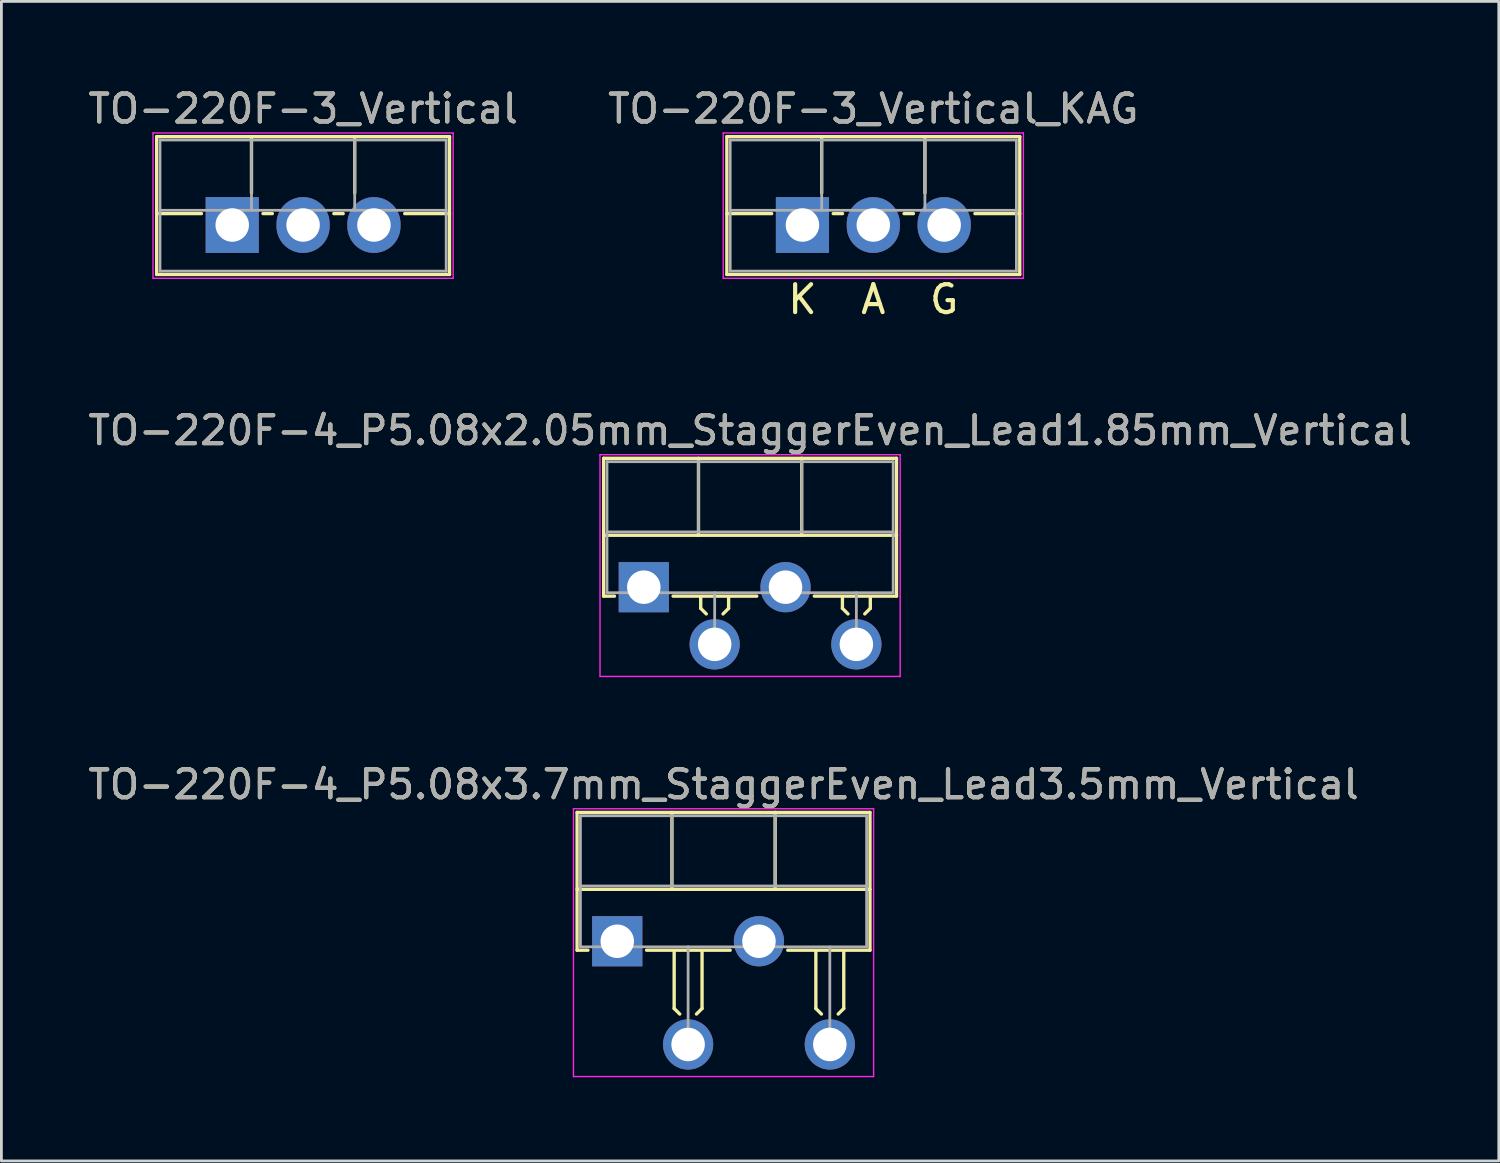
<source format=kicad_pcb>
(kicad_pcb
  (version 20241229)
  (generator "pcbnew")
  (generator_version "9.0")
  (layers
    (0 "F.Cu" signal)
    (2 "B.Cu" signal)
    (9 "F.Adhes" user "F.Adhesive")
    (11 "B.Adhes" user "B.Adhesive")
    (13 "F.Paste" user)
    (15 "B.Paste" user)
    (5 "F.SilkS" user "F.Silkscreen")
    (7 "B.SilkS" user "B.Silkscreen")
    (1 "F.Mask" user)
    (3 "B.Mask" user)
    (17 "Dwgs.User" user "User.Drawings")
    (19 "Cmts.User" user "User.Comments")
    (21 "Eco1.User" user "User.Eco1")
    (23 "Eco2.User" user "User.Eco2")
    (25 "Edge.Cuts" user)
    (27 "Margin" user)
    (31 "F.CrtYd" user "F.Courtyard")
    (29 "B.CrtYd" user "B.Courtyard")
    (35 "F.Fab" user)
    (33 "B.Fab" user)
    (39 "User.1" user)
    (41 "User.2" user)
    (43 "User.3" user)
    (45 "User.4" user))
  (footprint "TO-220F-3_Vertical"
    (layer "F.Cu")
    (at 5.275 5.016)
    (property "Reference" "TO-220F-3_Vertical" (at 2.54 -4.168 0) (layer "F.SilkS") (effects (font (size 1 1) (thickness 0.15))))
    (attr through_hole)
    (fp_line (start -2.71 -3.168) (end -2.71 1.773) (stroke (width 0.12) (type solid)) (layer "F.SilkS"))
    (fp_line (start -2.71 -3.168) (end 7.79 -3.168) (stroke (width 0.12) (type solid)) (layer "F.SilkS"))
    (fp_line (start -2.71 -0.408) (end -1.103 -0.408) (stroke (width 0.12) (type solid)) (layer "F.SilkS"))
    (fp_line (start -2.71 1.773) (end 7.79 1.773) (stroke (width 0.12) (type solid)) (layer "F.SilkS"))
    (fp_line (start 0.69 -3.168) (end 0.69 -1.15) (stroke (width 0.12) (type solid)) (layer "F.SilkS"))
    (fp_line (start 1.103 -0.408) (end 1.438 -0.408) (stroke (width 0.12) (type solid)) (layer "F.SilkS"))
    (fp_line (start 3.643 -0.408) (end 3.978 -0.408) (stroke (width 0.12) (type solid)) (layer "F.SilkS"))
    (fp_line (start 4.391 -3.168) (end 4.391 -1.15) (stroke (width 0.12) (type solid)) (layer "F.SilkS"))
    (fp_line (start 6.183 -0.408) (end 7.79 -0.408) (stroke (width 0.12) (type solid)) (layer "F.SilkS"))
    (fp_line (start 7.79 -3.168) (end 7.79 1.773) (stroke (width 0.12) (type solid)) (layer "F.SilkS"))
    (fp_line (start -2.84 -3.3) (end -2.84 1.91) (stroke (width 0.05) (type solid)) (layer "F.CrtYd"))
    (fp_line (start -2.84 1.91) (end 7.92 1.91) (stroke (width 0.05) (type solid)) (layer "F.CrtYd"))
    (fp_line (start 7.92 -3.3) (end -2.84 -3.3) (stroke (width 0.05) (type solid)) (layer "F.CrtYd"))
    (fp_line (start 7.92 1.91) (end 7.92 -3.3) (stroke (width 0.05) (type solid)) (layer "F.CrtYd"))
    (fp_line (start -2.59 -3.047) (end -2.59 1.653) (stroke (width 0.1) (type solid)) (layer "F.Fab"))
    (fp_line (start -2.59 -0.527) (end 7.67 -0.527) (stroke (width 0.1) (type solid)) (layer "F.Fab"))
    (fp_line (start -2.59 1.653) (end 7.67 1.653) (stroke (width 0.1) (type solid)) (layer "F.Fab"))
    (fp_line (start 0.69 -3.047) (end 0.69 -0.527) (stroke (width 0.1) (type solid)) (layer "F.Fab"))
    (fp_line (start 4.39 -3.047) (end 4.39 -0.527) (stroke (width 0.1) (type solid)) (layer "F.Fab"))
    (fp_line (start 7.67 -3.047) (end -2.59 -3.047) (stroke (width 0.1) (type solid)) (layer "F.Fab"))
    (fp_line (start 7.67 1.653) (end 7.67 -3.047) (stroke (width 0.1) (type solid)) (layer "F.Fab"))
    (fp_text user "${REFERENCE}" (at 2.54 -4.168 0) (layer "F.Fab") (effects (font (size 1 1) (thickness 0.15))))
    (pad "1" thru_hole rect (at 0 0) (size 1.905 2) (drill 1.2) (layers "*.Cu" "*.Mask"))
    (pad "2" thru_hole oval (at 2.54 0) (size 1.905 2) (drill 1.2) (layers "*.Cu" "*.Mask"))
    (pad "3" thru_hole oval (at 5.08 0) (size 1.905 2) (drill 1.2) (layers "*.Cu" "*.Mask")))
  (footprint "TO-220F-4_P5.08x3.7mm_StaggerEven_Lead3.5mm_Vertical"
    (layer "F.Cu")
    (at 19.077 30.692)
    (property "Reference" "TO-220F-4_P5.08x3.7mm_StaggerEven_Lead3.5mm_Vertical" (at 3.81 -5.62 0) (layer "F.SilkS") (effects (font (size 1 1) (thickness 0.15))))
    (attr through_hole)
    (fp_line (start -1.44 -4.62) (end -1.44 0.321) (stroke (width 0.12) (type solid)) (layer "F.SilkS"))
    (fp_line (start -1.44 -4.62) (end 9.06 -4.62) (stroke (width 0.12) (type solid)) (layer "F.SilkS"))
    (fp_line (start -1.44 -1.861) (end 9.06 -1.861) (stroke (width 0.12) (type solid)) (layer "F.SilkS"))
    (fp_line (start -1.44 0.321) (end -1.05 0.321) (stroke (width 0.12) (type solid)) (layer "F.SilkS"))
    (fp_line (start 1.05 0.321) (end 4.049 0.321) (stroke (width 0.12) (type solid)) (layer "F.SilkS"))
    (fp_line (start 1.96 -4.62) (end 1.96 -1.861) (stroke (width 0.12) (type solid)) (layer "F.SilkS"))
    (fp_line (start 2.04 0.381) (end 2.04 2.41) (stroke (width 0.12) (type solid)) (layer "F.SilkS"))
    (fp_line (start 2.04 2.41) (end 2.24 2.61) (stroke (width 0.12) (type solid)) (layer "F.SilkS"))
    (fp_line (start 3.04 0.381) (end 3.04 2.41) (stroke (width 0.12) (type solid)) (layer "F.SilkS"))
    (fp_line (start 3.04 2.41) (end 2.84 2.61) (stroke (width 0.12) (type solid)) (layer "F.SilkS"))
    (fp_line (start 5.66 -4.62) (end 5.66 -1.861) (stroke (width 0.12) (type solid)) (layer "F.SilkS"))
    (fp_line (start 6.112 0.321) (end 9.06 0.321) (stroke (width 0.12) (type solid)) (layer "F.SilkS"))
    (fp_line (start 7.12 0.381) (end 7.12 2.41) (stroke (width 0.12) (type solid)) (layer "F.SilkS"))
    (fp_line (start 7.12 2.41) (end 7.32 2.61) (stroke (width 0.12) (type solid)) (layer "F.SilkS"))
    (fp_line (start 8.12 0.381) (end 8.12 2.41) (stroke (width 0.12) (type solid)) (layer "F.SilkS"))
    (fp_line (start 8.12 2.41) (end 7.92 2.61) (stroke (width 0.12) (type solid)) (layer "F.SilkS"))
    (fp_line (start 9.06 -4.62) (end 9.06 0.321) (stroke (width 0.12) (type solid)) (layer "F.SilkS"))
    (fp_line (start -1.57 -4.75) (end -1.57 4.85) (stroke (width 0.05) (type solid)) (layer "F.CrtYd"))
    (fp_line (start -1.57 4.85) (end 9.19 4.85) (stroke (width 0.05) (type solid)) (layer "F.CrtYd"))
    (fp_line (start 9.19 -4.75) (end -1.57 -4.75) (stroke (width 0.05) (type solid)) (layer "F.CrtYd"))
    (fp_line (start 9.19 4.85) (end 9.19 -4.75) (stroke (width 0.05) (type solid)) (layer "F.CrtYd"))
    (fp_line (start -1.32 -4.5) (end -1.32 0.2) (stroke (width 0.1) (type solid)) (layer "F.Fab"))
    (fp_line (start -1.32 -1.98) (end 8.94 -1.98) (stroke (width 0.1) (type solid)) (layer "F.Fab"))
    (fp_line (start -1.32 0.2) (end 8.94 0.2) (stroke (width 0.1) (type solid)) (layer "F.Fab"))
    (fp_line (start 1.96 -4.5) (end 1.96 -1.98) (stroke (width 0.1) (type solid)) (layer "F.Fab"))
    (fp_line (start 2.54 0.2) (end 2.54 3.7) (stroke (width 0.1) (type solid)) (layer "F.Fab"))
    (fp_line (start 5.66 -4.5) (end 5.66 -1.98) (stroke (width 0.1) (type solid)) (layer "F.Fab"))
    (fp_line (start 7.62 0.2) (end 7.62 3.7) (stroke (width 0.1) (type solid)) (layer "F.Fab"))
    (fp_line (start 8.94 -4.5) (end -1.32 -4.5) (stroke (width 0.1) (type solid)) (layer "F.Fab"))
    (fp_line (start 8.94 0.2) (end 8.94 -4.5) (stroke (width 0.1) (type solid)) (layer "F.Fab"))
    (fp_text user "${REFERENCE}" (at 3.81 -5.62 0) (layer "F.Fab") (effects (font (size 1 1) (thickness 0.15))))
    (pad "1" thru_hole rect (at 0 0) (size 1.8 1.8) (drill 1.2) (layers "*.Cu" "*.Mask"))
    (pad "2" thru_hole oval (at 2.54 3.7) (size 1.8 1.8) (drill 1.2) (layers "*.Cu" "*.Mask"))
    (pad "3" thru_hole oval (at 5.08 0) (size 1.8 1.8) (drill 1.2) (layers "*.Cu" "*.Mask"))
    (pad "4" thru_hole oval (at 7.62 3.7) (size 1.8 1.8) (drill 1.2) (layers "*.Cu" "*.Mask")))
  (footprint "TO-220F-3_Vertical_KAG"
    (layer "F.Cu")
    (at 25.716 5.016)
    (property "Reference" "TO-220F-3_Vertical_KAG" (at 2.54 -4.168 0) (layer "F.SilkS") (effects (font (size 1 1) (thickness 0.15))))
    (attr through_hole)
    (fp_line (start -2.71 -3.168) (end -2.71 1.773) (stroke (width 0.12) (type solid)) (layer "F.SilkS"))
    (fp_line (start -2.71 -3.168) (end 7.79 -3.168) (stroke (width 0.12) (type solid)) (layer "F.SilkS"))
    (fp_line (start -2.71 -0.408) (end -1.103 -0.408) (stroke (width 0.12) (type solid)) (layer "F.SilkS"))
    (fp_line (start -2.71 1.773) (end 7.79 1.773) (stroke (width 0.12) (type solid)) (layer "F.SilkS"))
    (fp_line (start 0.69 -3.168) (end 0.69 -1.15) (stroke (width 0.12) (type solid)) (layer "F.SilkS"))
    (fp_line (start 1.103 -0.408) (end 1.438 -0.408) (stroke (width 0.12) (type solid)) (layer "F.SilkS"))
    (fp_line (start 3.643 -0.408) (end 3.978 -0.408) (stroke (width 0.12) (type solid)) (layer "F.SilkS"))
    (fp_line (start 4.391 -3.168) (end 4.391 -1.15) (stroke (width 0.12) (type solid)) (layer "F.SilkS"))
    (fp_line (start 6.183 -0.408) (end 7.79 -0.408) (stroke (width 0.12) (type solid)) (layer "F.SilkS"))
    (fp_line (start 7.79 -3.168) (end 7.79 1.773) (stroke (width 0.12) (type solid)) (layer "F.SilkS"))
    (fp_line (start -2.84 -3.3) (end -2.84 1.91) (stroke (width 0.05) (type solid)) (layer "F.CrtYd"))
    (fp_line (start -2.84 1.91) (end 7.92 1.91) (stroke (width 0.05) (type solid)) (layer "F.CrtYd"))
    (fp_line (start 7.92 -3.3) (end -2.84 -3.3) (stroke (width 0.05) (type solid)) (layer "F.CrtYd"))
    (fp_line (start 7.92 1.91) (end 7.92 -3.3) (stroke (width 0.05) (type solid)) (layer "F.CrtYd"))
    (fp_line (start -2.59 -3.047) (end -2.59 1.653) (stroke (width 0.1) (type solid)) (layer "F.Fab"))
    (fp_line (start -2.59 -0.527) (end 7.67 -0.527) (stroke (width 0.1) (type solid)) (layer "F.Fab"))
    (fp_line (start -2.59 1.653) (end 7.67 1.653) (stroke (width 0.1) (type solid)) (layer "F.Fab"))
    (fp_line (start 0.69 -3.047) (end 0.69 -0.527) (stroke (width 0.1) (type solid)) (layer "F.Fab"))
    (fp_line (start 4.39 -3.047) (end 4.39 -0.527) (stroke (width 0.1) (type solid)) (layer "F.Fab"))
    (fp_line (start 7.67 -3.047) (end -2.59 -3.047) (stroke (width 0.1) (type solid)) (layer "F.Fab"))
    (fp_line (start 7.67 1.653) (end 7.67 -3.047) (stroke (width 0.1) (type solid)) (layer "F.Fab"))
    (fp_text user "K" (at 0 2.667 0) (layer "F.SilkS") (effects (font (size 1 1) (thickness 0.15))))
    (fp_text user "A" (at 2.54 2.667 0) (layer "F.SilkS") (effects (font (size 1 1) (thickness 0.15))))
    (fp_text user "G" (at 5.08 2.667 0) (layer "F.SilkS") (effects (font (size 1 1) (thickness 0.15))))
    (fp_text user "${REFERENCE}" (at 2.54 -4.168 0) (layer "F.Fab") (effects (font (size 1 1) (thickness 0.15))))
    (pad "1" thru_hole rect (at 0 0) (size 1.905 2) (drill 1.2) (layers "*.Cu" "*.Mask"))
    (pad "2" thru_hole oval (at 2.54 0) (size 1.905 2) (drill 1.2) (layers "*.Cu" "*.Mask"))
    (pad "3" thru_hole oval (at 5.08 0) (size 1.905 2) (drill 1.2) (layers "*.Cu" "*.Mask")))
  (footprint "TO-220F-4_P5.08x2.05mm_StaggerEven_Lead1.85mm_Vertical"
    (layer "F.Cu")
    (at 20.029 17.999)
    (property "Reference" "TO-220F-4_P5.08x2.05mm_StaggerEven_Lead1.85mm_Vertical" (at 3.81 -5.62 0) (layer "F.SilkS") (effects (font (size 1 1) (thickness 0.15))))
    (attr through_hole)
    (fp_line (start -1.44 -4.62) (end -1.44 0.321) (stroke (width 0.12) (type solid)) (layer "F.SilkS"))
    (fp_line (start -1.44 -4.62) (end 9.06 -4.62) (stroke (width 0.12) (type solid)) (layer "F.SilkS"))
    (fp_line (start -1.44 -1.861) (end 9.06 -1.861) (stroke (width 0.12) (type solid)) (layer "F.SilkS"))
    (fp_line (start -1.44 0.321) (end -1.05 0.321) (stroke (width 0.12) (type solid)) (layer "F.SilkS"))
    (fp_line (start 1.05 0.321) (end 4.049 0.321) (stroke (width 0.12) (type solid)) (layer "F.SilkS"))
    (fp_line (start 1.96 -4.62) (end 1.96 -1.861) (stroke (width 0.12) (type solid)) (layer "F.SilkS"))
    (fp_line (start 2.04 0.381) (end 2.04 0.759) (stroke (width 0.12) (type solid)) (layer "F.SilkS"))
    (fp_line (start 2.04 0.759) (end 2.24 0.959) (stroke (width 0.12) (type solid)) (layer "F.SilkS"))
    (fp_line (start 3.04 0.381) (end 3.04 0.759) (stroke (width 0.12) (type solid)) (layer "F.SilkS"))
    (fp_line (start 3.04 0.759) (end 2.84 0.959) (stroke (width 0.12) (type solid)) (layer "F.SilkS"))
    (fp_line (start 5.66 -4.62) (end 5.66 -1.861) (stroke (width 0.12) (type solid)) (layer "F.SilkS"))
    (fp_line (start 6.112 0.321) (end 9.06 0.321) (stroke (width 0.12) (type solid)) (layer "F.SilkS"))
    (fp_line (start 7.12 0.381) (end 7.12 0.759) (stroke (width 0.12) (type solid)) (layer "F.SilkS"))
    (fp_line (start 7.12 0.759) (end 7.32 0.959) (stroke (width 0.12) (type solid)) (layer "F.SilkS"))
    (fp_line (start 8.12 0.381) (end 8.12 0.759) (stroke (width 0.12) (type solid)) (layer "F.SilkS"))
    (fp_line (start 8.12 0.759) (end 7.92 0.959) (stroke (width 0.12) (type solid)) (layer "F.SilkS"))
    (fp_line (start 9.06 -4.62) (end 9.06 0.321) (stroke (width 0.12) (type solid)) (layer "F.SilkS"))
    (fp_line (start -1.57 -4.75) (end -1.57 3.2) (stroke (width 0.05) (type solid)) (layer "F.CrtYd"))
    (fp_line (start -1.57 3.2) (end 9.19 3.2) (stroke (width 0.05) (type solid)) (layer "F.CrtYd"))
    (fp_line (start 9.19 -4.75) (end -1.57 -4.75) (stroke (width 0.05) (type solid)) (layer "F.CrtYd"))
    (fp_line (start 9.19 3.2) (end 9.19 -4.75) (stroke (width 0.05) (type solid)) (layer "F.CrtYd"))
    (fp_line (start -1.32 -4.5) (end -1.32 0.2) (stroke (width 0.1) (type solid)) (layer "F.Fab"))
    (fp_line (start -1.32 -1.98) (end 8.94 -1.98) (stroke (width 0.1) (type solid)) (layer "F.Fab"))
    (fp_line (start -1.32 0.2) (end 8.94 0.2) (stroke (width 0.1) (type solid)) (layer "F.Fab"))
    (fp_line (start 1.96 -4.5) (end 1.96 -1.98) (stroke (width 0.1) (type solid)) (layer "F.Fab"))
    (fp_line (start 2.54 0.2) (end 2.54 2.05) (stroke (width 0.1) (type solid)) (layer "F.Fab"))
    (fp_line (start 5.66 -4.5) (end 5.66 -1.98) (stroke (width 0.1) (type solid)) (layer "F.Fab"))
    (fp_line (start 7.62 0.2) (end 7.62 2.05) (stroke (width 0.1) (type solid)) (layer "F.Fab"))
    (fp_line (start 8.94 -4.5) (end -1.32 -4.5) (stroke (width 0.1) (type solid)) (layer "F.Fab"))
    (fp_line (start 8.94 0.2) (end 8.94 -4.5) (stroke (width 0.1) (type solid)) (layer "F.Fab"))
    (fp_text user "${REFERENCE}" (at 3.81 -5.62 0) (layer "F.Fab") (effects (font (size 1 1) (thickness 0.15))))
    (pad "1" thru_hole rect (at 0 0) (size 1.8 1.8) (drill 1.2) (layers "*.Cu" "*.Mask"))
    (pad "2" thru_hole oval (at 2.54 2.05) (size 1.8 1.8) (drill 1.2) (layers "*.Cu" "*.Mask"))
    (pad "3" thru_hole oval (at 5.08 0) (size 1.8 1.8) (drill 1.2) (layers "*.Cu" "*.Mask"))
    (pad "4" thru_hole oval (at 7.62 2.05) (size 1.8 1.8) (drill 1.2) (layers "*.Cu" "*.Mask")))
  (gr_rect
    (start -3 -3)
    (end 50.679 38.568)
    (stroke (width 0.1) (type default))
    (fill no)
    (layer "Edge.Cuts")))
</source>
